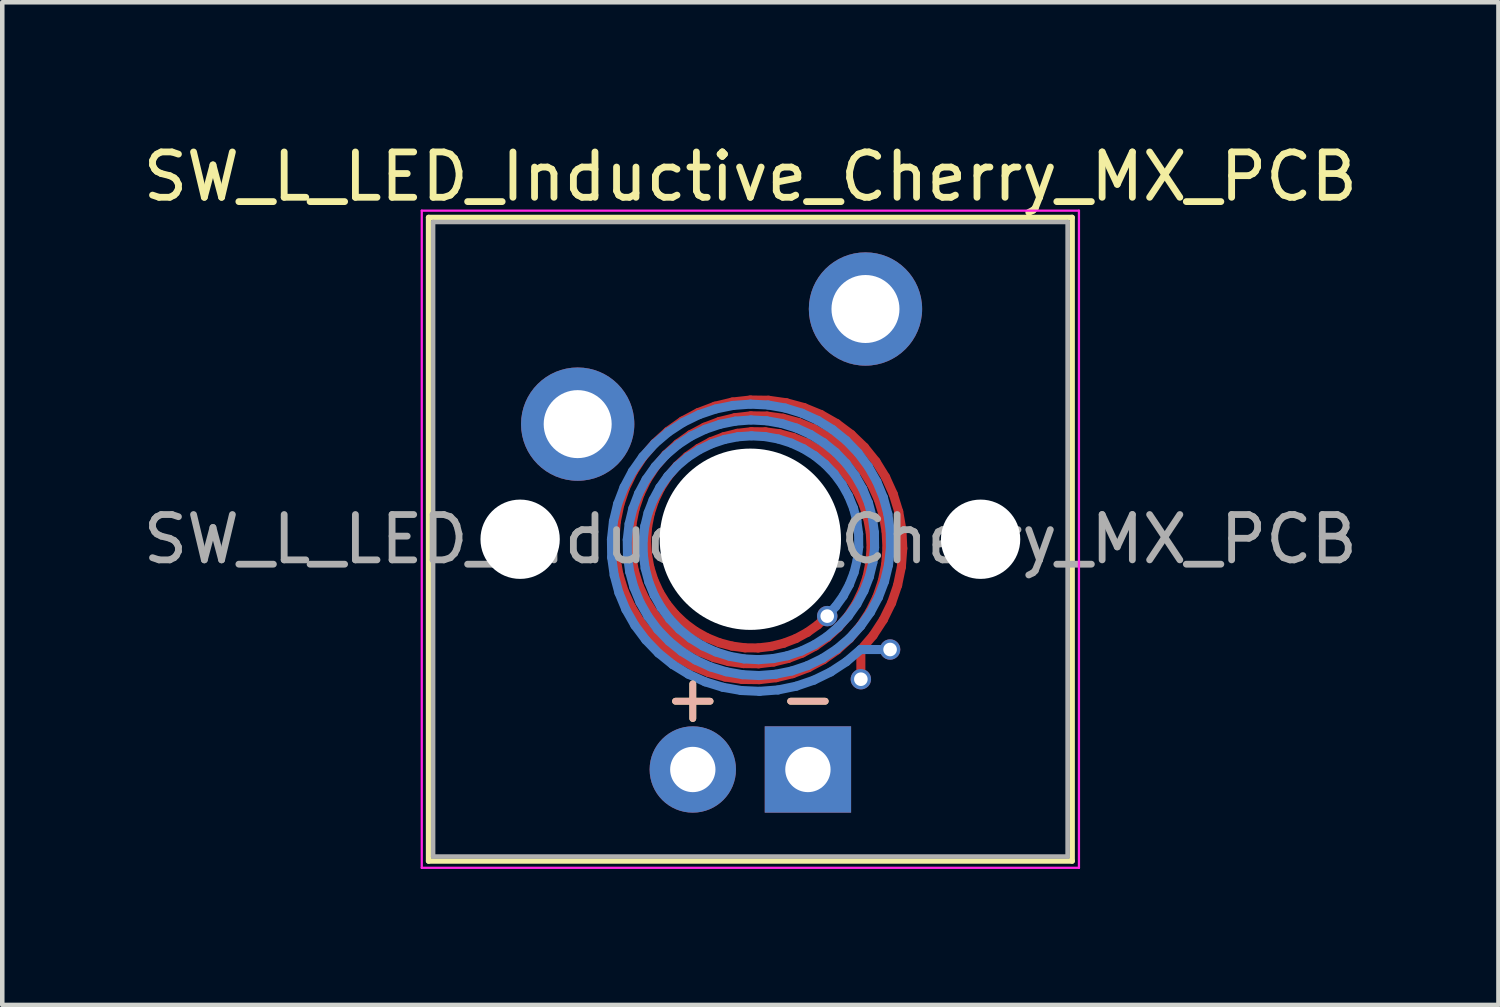
<source format=kicad_pcb>
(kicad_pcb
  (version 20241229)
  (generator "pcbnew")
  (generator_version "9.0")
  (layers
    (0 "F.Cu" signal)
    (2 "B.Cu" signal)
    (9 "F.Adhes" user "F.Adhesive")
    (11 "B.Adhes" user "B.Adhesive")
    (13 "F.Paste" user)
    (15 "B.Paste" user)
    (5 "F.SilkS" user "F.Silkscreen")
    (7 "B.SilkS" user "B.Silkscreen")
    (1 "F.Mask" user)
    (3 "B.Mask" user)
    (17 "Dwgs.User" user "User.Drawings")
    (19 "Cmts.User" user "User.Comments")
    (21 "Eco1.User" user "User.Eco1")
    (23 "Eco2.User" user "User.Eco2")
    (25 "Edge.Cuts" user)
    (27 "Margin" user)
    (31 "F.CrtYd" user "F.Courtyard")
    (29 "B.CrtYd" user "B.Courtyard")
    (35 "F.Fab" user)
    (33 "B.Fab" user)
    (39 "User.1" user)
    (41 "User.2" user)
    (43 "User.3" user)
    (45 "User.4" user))
  (footprint "SW_L_LED_Inductive_Cherry_MX_PCB"
    (layer "F.Cu")
    (at 13.506 8.848)
    (property "Reference" "SW_L_LED_Inductive_Cherry_MX_PCB" (at 0 -8 0) (layer "F.SilkS") (effects (font (size 1 1) (thickness 0.15))))
    (attr through_hole)
    (fp_line (start -2.988 0.003) (end -2.959 -0.384) (stroke (width 0.2) (type solid)) (layer "F.Cu"))
    (fp_line (start -2.969 0.39) (end -2.988 0.003) (stroke (width 0.2) (type solid)) (layer "F.Cu"))
    (fp_line (start -2.959 -0.384) (end -2.881 -0.766) (stroke (width 0.2) (type solid)) (layer "F.Cu"))
    (fp_line (start -2.902 0.771) (end -2.969 0.39) (stroke (width 0.2) (type solid)) (layer "F.Cu"))
    (fp_line (start -2.881 -0.766) (end -2.755 -1.136) (stroke (width 0.2) (type solid)) (layer "F.Cu"))
    (fp_line (start -2.788 1.14) (end -2.902 0.771) (stroke (width 0.2) (type solid)) (layer "F.Cu"))
    (fp_line (start -2.755 -1.136) (end -2.584 -1.487) (stroke (width 0.2) (type solid)) (layer "F.Cu"))
    (fp_line (start -2.639 0.014) (end -2.613 -0.33) (stroke (width 0.2) (type solid)) (layer "F.Cu"))
    (fp_line (start -2.628 1.49) (end -2.788 1.14) (stroke (width 0.2) (type solid)) (layer "F.Cu"))
    (fp_line (start -2.621 0.357) (end -2.639 0.014) (stroke (width 0.2) (type solid)) (layer "F.Cu"))
    (fp_line (start -2.613 -0.33) (end -2.545 -0.668) (stroke (width 0.2) (type solid)) (layer "F.Cu"))
    (fp_line (start -2.584 -1.487) (end -2.369 -1.815) (stroke (width 0.2) (type solid)) (layer "F.Cu"))
    (fp_line (start -2.56 0.695) (end -2.621 0.357) (stroke (width 0.2) (type solid)) (layer "F.Cu"))
    (fp_line (start -2.545 -0.668) (end -2.434 -0.997) (stroke (width 0.2) (type solid)) (layer "F.Cu"))
    (fp_line (start -2.458 1.021) (end -2.56 0.695) (stroke (width 0.2) (type solid)) (layer "F.Cu"))
    (fp_line (start -2.434 -0.997) (end -2.283 -1.309) (stroke (width 0.2) (type solid)) (layer "F.Cu"))
    (fp_line (start -2.427 1.817) (end -2.628 1.49) (stroke (width 0.2) (type solid)) (layer "F.Cu"))
    (fp_line (start -2.369 -1.815) (end -2.115 -2.115) (stroke (width 0.2) (type solid)) (layer "F.Cu"))
    (fp_line (start -2.316 1.331) (end -2.458 1.021) (stroke (width 0.2) (type solid)) (layer "F.Cu"))
    (fp_line (start -2.289 0.025) (end -2.267 -0.275) (stroke (width 0.2) (type solid)) (layer "F.Cu"))
    (fp_line (start -2.283 -1.309) (end -2.093 -1.601) (stroke (width 0.2) (type solid)) (layer "F.Cu"))
    (fp_line (start -2.272 0.324) (end -2.289 0.025) (stroke (width 0.2) (type solid)) (layer "F.Cu"))
    (fp_line (start -2.267 -0.275) (end -2.209 -0.571) (stroke (width 0.2) (type solid)) (layer "F.Cu"))
    (fp_line (start -2.219 0.618) (end -2.272 0.324) (stroke (width 0.2) (type solid)) (layer "F.Cu"))
    (fp_line (start -2.209 -0.571) (end -2.113 -0.858) (stroke (width 0.2) (type solid)) (layer "F.Cu"))
    (fp_line (start -2.186 2.116) (end -2.427 1.817) (stroke (width 0.2) (type solid)) (layer "F.Cu"))
    (fp_line (start -2.137 1.62) (end -2.316 1.331) (stroke (width 0.2) (type solid)) (layer "F.Cu"))
    (fp_line (start -2.129 0.902) (end -2.219 0.618) (stroke (width 0.2) (type solid)) (layer "F.Cu"))
    (fp_line (start -2.115 -2.115) (end -1.824 -2.38) (stroke (width 0.2) (type solid)) (layer "F.Cu"))
    (fp_line (start -2.113 -0.858) (end -1.981 -1.131) (stroke (width 0.2) (type solid)) (layer "F.Cu"))
    (fp_line (start -2.093 -1.601) (end -1.867 -1.867) (stroke (width 0.2) (type solid)) (layer "F.Cu"))
    (fp_line (start -2.005 1.172) (end -2.129 0.902) (stroke (width 0.2) (type solid)) (layer "F.Cu"))
    (fp_line (start -1.981 -1.131) (end -1.816 -1.386) (stroke (width 0.2) (type solid)) (layer "F.Cu"))
    (fp_line (start -1.924 1.884) (end -2.137 1.62) (stroke (width 0.2) (type solid)) (layer "F.Cu"))
    (fp_line (start -1.911 2.381) (end -2.186 2.116) (stroke (width 0.2) (type solid)) (layer "F.Cu"))
    (fp_line (start -1.867 -1.867) (end -1.609 -2.104) (stroke (width 0.2) (type solid)) (layer "F.Cu"))
    (fp_line (start -1.848 1.424) (end -2.005 1.172) (stroke (width 0.2) (type solid)) (layer "F.Cu"))
    (fp_line (start -1.824 -2.38) (end -1.501 -2.608) (stroke (width 0.2) (type solid)) (layer "F.Cu"))
    (fp_line (start -1.816 -1.386) (end -1.62 -1.62) (stroke (width 0.2) (type solid)) (layer "F.Cu"))
    (fp_line (start -1.68 2.119) (end -1.924 1.884) (stroke (width 0.2) (type solid)) (layer "F.Cu"))
    (fp_line (start -1.661 1.653) (end -1.848 1.424) (stroke (width 0.2) (type solid)) (layer "F.Cu"))
    (fp_line (start -1.62 -1.62) (end -1.395 -1.827) (stroke (width 0.2) (type solid)) (layer "F.Cu"))
    (fp_line (start -1.609 -2.104) (end -1.323 -2.307) (stroke (width 0.2) (type solid)) (layer "F.Cu"))
    (fp_line (start -1.605 2.609) (end -1.911 2.381) (stroke (width 0.2) (type solid)) (layer "F.Cu"))
    (fp_line (start -1.501 -2.608) (end -1.152 -2.794) (stroke (width 0.2) (type solid)) (layer "F.Cu"))
    (fp_line (start -1.448 1.856) (end -1.661 1.653) (stroke (width 0.2) (type solid)) (layer "F.Cu"))
    (fp_line (start -1.409 2.32) (end -1.68 2.119) (stroke (width 0.2) (type solid)) (layer "F.Cu"))
    (fp_line (start -1.395 -1.827) (end -1.145 -2.005) (stroke (width 0.2) (type solid)) (layer "F.Cu"))
    (fp_line (start -1.323 -2.307) (end -1.013 -2.472) (stroke (width 0.2) (type solid)) (layer "F.Cu"))
    (fp_line (start -1.274 2.797) (end -1.605 2.609) (stroke (width 0.2) (type solid)) (layer "F.Cu"))
    (fp_line (start -1.212 2.03) (end -1.448 1.856) (stroke (width 0.2) (type solid)) (layer "F.Cu"))
    (fp_line (start -1.152 -2.794) (end -0.782 -2.935) (stroke (width 0.2) (type solid)) (layer "F.Cu"))
    (fp_line (start -1.145 -2.005) (end -0.874 -2.151) (stroke (width 0.2) (type solid)) (layer "F.Cu"))
    (fp_line (start -1.115 2.485) (end -1.409 2.32) (stroke (width 0.2) (type solid)) (layer "F.Cu"))
    (fp_line (start -1.013 -2.472) (end -0.684 -2.598) (stroke (width 0.2) (type solid)) (layer "F.Cu"))
    (fp_line (start -0.956 2.173) (end -1.212 2.03) (stroke (width 0.2) (type solid)) (layer "F.Cu"))
    (fp_line (start -0.923 2.941) (end -1.274 2.797) (stroke (width 0.2) (type solid)) (layer "F.Cu"))
    (fp_line (start -0.874 -2.151) (end -0.586 -2.262) (stroke (width 0.2) (type solid)) (layer "F.Cu"))
    (fp_line (start -0.804 2.612) (end -1.115 2.485) (stroke (width 0.2) (type solid)) (layer "F.Cu"))
    (fp_line (start -0.782 -2.935) (end -0.395 -3.028) (stroke (width 0.2) (type solid)) (layer "F.Cu"))
    (fp_line (start -0.686 2.283) (end -0.956 2.173) (stroke (width 0.2) (type solid)) (layer "F.Cu"))
    (fp_line (start -0.684 -2.598) (end -0.341 -2.682) (stroke (width 0.2) (type solid)) (layer "F.Cu"))
    (fp_line (start -0.586 -2.262) (end -0.286 -2.337) (stroke (width 0.2) (type solid)) (layer "F.Cu"))
    (fp_line (start -0.557 3.04) (end -0.923 2.941) (stroke (width 0.2) (type solid)) (layer "F.Cu"))
    (fp_line (start -0.481 2.699) (end -0.804 2.612) (stroke (width 0.2) (type solid)) (layer "F.Cu"))
    (fp_line (start -0.405 2.357) (end -0.686 2.283) (stroke (width 0.2) (type solid)) (layer "F.Cu"))
    (fp_line (start -0.395 -3.028) (end 0.000302 -3.072) (stroke (width 0.2) (type solid)) (layer "F.Cu"))
    (fp_line (start -0.341 -2.682) (end 0.011 -2.723) (stroke (width 0.2) (type solid)) (layer "F.Cu"))
    (fp_line (start -0.286 -2.337) (end 0.022 -2.373) (stroke (width 0.2) (type solid)) (layer "F.Cu"))
    (fp_line (start -0.183 3.093) (end -0.557 3.04) (stroke (width 0.2) (type solid)) (layer "F.Cu"))
    (fp_line (start -0.15 2.744) (end -0.481 2.699) (stroke (width 0.2) (type solid)) (layer "F.Cu"))
    (fp_line (start -0.117 2.396) (end -0.405 2.357) (stroke (width 0.2) (type solid)) (layer "F.Cu"))
    (fp_line (start 0.000302 -3.072) (end 0.399 -3.067) (stroke (width 0.2) (type solid)) (layer "F.Cu"))
    (fp_line (start 0.011 -2.723) (end 0.366 -2.718) (stroke (width 0.2) (type solid)) (layer "F.Cu"))
    (fp_line (start 0.022 -2.373) (end 0.333 -2.37) (stroke (width 0.2) (type solid)) (layer "F.Cu"))
    (fp_line (start 0.172 2.398) (end -0.117 2.396) (stroke (width 0.2) (type solid)) (layer "F.Cu"))
    (fp_line (start 0.183 2.748) (end -0.15 2.744) (stroke (width 0.2) (type solid)) (layer "F.Cu"))
    (fp_line (start 0.194 3.098) (end -0.183 3.093) (stroke (width 0.2) (type solid)) (layer "F.Cu"))
    (fp_line (start 0.333 -2.37) (end 0.643 -2.328) (stroke (width 0.2) (type solid)) (layer "F.Cu"))
    (fp_line (start 0.366 -2.718) (end 0.719 -2.67) (stroke (width 0.2) (type solid)) (layer "F.Cu"))
    (fp_line (start 0.399 -3.067) (end 0.795 -3.011) (stroke (width 0.2) (type solid)) (layer "F.Cu"))
    (fp_line (start 0.459 2.364) (end 0.172 2.398) (stroke (width 0.2) (type solid)) (layer "F.Cu"))
    (fp_line (start 0.513 2.709) (end 0.183 2.748) (stroke (width 0.2) (type solid)) (layer "F.Cu"))
    (fp_line (start 0.568 3.055) (end 0.194 3.098) (stroke (width 0.2) (type solid)) (layer "F.Cu"))
    (fp_line (start 0.643 -2.328) (end 0.945 -2.247) (stroke (width 0.2) (type solid)) (layer "F.Cu"))
    (fp_line (start 0.719 -2.67) (end 1.064 -2.577) (stroke (width 0.2) (type solid)) (layer "F.Cu"))
    (fp_line (start 0.737 2.294) (end 0.459 2.364) (stroke (width 0.2) (type solid)) (layer "F.Cu"))
    (fp_line (start 0.795 -3.011) (end 1.182 -2.906) (stroke (width 0.2) (type solid)) (layer "F.Cu"))
    (fp_line (start 0.835 2.63) (end 0.513 2.709) (stroke (width 0.2) (type solid)) (layer "F.Cu"))
    (fp_line (start 0.933 2.966) (end 0.568 3.055) (stroke (width 0.2) (type solid)) (layer "F.Cu"))
    (fp_line (start 0.945 -2.247) (end 1.236 -2.129) (stroke (width 0.2) (type solid)) (layer "F.Cu"))
    (fp_line (start 1.005 2.191) (end 0.737 2.294) (stroke (width 0.2) (type solid)) (layer "F.Cu"))
    (fp_line (start 1.064 -2.577) (end 1.395 -2.441) (stroke (width 0.2) (type solid)) (layer "F.Cu"))
    (fp_line (start 1.144 2.512) (end 0.835 2.63) (stroke (width 0.2) (type solid)) (layer "F.Cu"))
    (fp_line (start 1.182 -2.906) (end 1.554 -2.753) (stroke (width 0.2) (type solid)) (layer "F.Cu"))
    (fp_line (start 1.236 -2.129) (end 1.51 -1.975) (stroke (width 0.2) (type solid)) (layer "F.Cu"))
    (fp_line (start 1.256 2.055) (end 1.005 2.191) (stroke (width 0.2) (type solid)) (layer "F.Cu"))
    (fp_line (start 1.283 2.833) (end 0.933 2.966) (stroke (width 0.2) (type solid)) (layer "F.Cu"))
    (fp_line (start 1.395 -2.441) (end 1.707 -2.265) (stroke (width 0.2) (type solid)) (layer "F.Cu"))
    (fp_line (start 1.434 2.356) (end 1.144 2.512) (stroke (width 0.2) (type solid)) (layer "F.Cu"))
    (fp_line (start 1.488 1.889) (end 1.256 2.055) (stroke (width 0.2) (type solid)) (layer "F.Cu"))
    (fp_line (start 1.51 -1.975) (end 1.764 -1.787) (stroke (width 0.2) (type solid)) (layer "F.Cu"))
    (fp_line (start 1.554 -2.753) (end 1.904 -2.554) (stroke (width 0.2) (type solid)) (layer "F.Cu"))
    (fp_line (start 1.612 2.657) (end 1.283 2.833) (stroke (width 0.2) (type solid)) (layer "F.Cu"))
    (fp_line (start 1.696 1.696) (end 1.488 1.889) (stroke (width 0.2) (type solid)) (layer "F.Cu"))
    (fp_line (start 1.702 2.165) (end 1.434 2.356) (stroke (width 0.2) (type solid)) (layer "F.Cu"))
    (fp_line (start 1.707 -2.265) (end 1.995 -2.05) (stroke (width 0.2) (type solid)) (layer "F.Cu"))
    (fp_line (start 1.764 -1.787) (end 1.993 -1.568) (stroke (width 0.2) (type solid)) (layer "F.Cu"))
    (fp_line (start 1.904 -2.554) (end 2.227 -2.312) (stroke (width 0.2) (type solid)) (layer "F.Cu"))
    (fp_line (start 1.917 2.442) (end 1.612 2.657) (stroke (width 0.2) (type solid)) (layer "F.Cu"))
    (fp_line (start 1.943 1.943) (end 1.702 2.165) (stroke (width 0.2) (type solid)) (layer "F.Cu"))
    (fp_line (start 1.993 -1.568) (end 2.193 -1.322) (stroke (width 0.2) (type solid)) (layer "F.Cu"))
    (fp_line (start 1.995 -2.05) (end 2.255 -1.8) (stroke (width 0.2) (type solid)) (layer "F.Cu"))
    (fp_line (start 2.154 1.694) (end 1.943 1.943) (stroke (width 0.2) (type solid)) (layer "F.Cu"))
    (fp_line (start 2.191 2.191) (end 1.917 2.442) (stroke (width 0.2) (type solid)) (layer "F.Cu"))
    (fp_line (start 2.193 -1.322) (end 2.36 -1.052) (stroke (width 0.2) (type solid)) (layer "F.Cu"))
    (fp_line (start 2.227 -2.312) (end 2.518 -2.031) (stroke (width 0.2) (type solid)) (layer "F.Cu"))
    (fp_line (start 2.255 -1.8) (end 2.482 -1.519) (stroke (width 0.2) (type solid)) (layer "F.Cu"))
    (fp_line (start 2.332 1.42) (end 2.154 1.694) (stroke (width 0.2) (type solid)) (layer "F.Cu"))
    (fp_line (start 2.36 -1.052) (end 2.494 -0.762) (stroke (width 0.2) (type solid)) (layer "F.Cu"))
    (fp_line (start 2.431 1.908) (end 2.191 2.191) (stroke (width 0.2) (type solid)) (layer "F.Cu"))
    (fp_line (start 2.438 2.438) (end 2.438 3.088) (stroke (width 0.2) (type solid)) (layer "F.Cu"))
    (fp_line (start 2.473 1.127) (end 2.332 1.42) (stroke (width 0.2) (type solid)) (layer "F.Cu"))
    (fp_line (start 2.482 -1.519) (end 2.672 -1.211) (stroke (width 0.2) (type solid)) (layer "F.Cu"))
    (fp_line (start 2.494 -0.762) (end 2.59 -0.456) (stroke (width 0.2) (type solid)) (layer "F.Cu"))
    (fp_line (start 2.518 -2.031) (end 2.771 -1.716) (stroke (width 0.2) (type solid)) (layer "F.Cu"))
    (fp_line (start 2.577 0.82) (end 2.473 1.127) (stroke (width 0.2) (type solid)) (layer "F.Cu"))
    (fp_line (start 2.59 -0.456) (end 2.647 -0.141) (stroke (width 0.2) (type solid)) (layer "F.Cu"))
    (fp_line (start 2.633 1.598) (end 2.431 1.908) (stroke (width 0.2) (type solid)) (layer "F.Cu"))
    (fp_line (start 2.64 0.502) (end 2.577 0.82) (stroke (width 0.2) (type solid)) (layer "F.Cu"))
    (fp_line (start 2.647 -0.141) (end 2.664 0.181) (stroke (width 0.2) (type solid)) (layer "F.Cu"))
    (fp_line (start 2.664 0.181) (end 2.64 0.502) (stroke (width 0.2) (type solid)) (layer "F.Cu"))
    (fp_line (start 2.672 -1.211) (end 2.823 -0.88) (stroke (width 0.2) (type solid)) (layer "F.Cu"))
    (fp_line (start 2.708 2.123) (end 2.438 2.438) (stroke (width 0.2) (type solid)) (layer "F.Cu"))
    (fp_line (start 2.771 -1.716) (end 2.984 -1.37) (stroke (width 0.2) (type solid)) (layer "F.Cu"))
    (fp_line (start 2.795 1.266) (end 2.633 1.598) (stroke (width 0.2) (type solid)) (layer "F.Cu"))
    (fp_line (start 2.823 -0.88) (end 2.931 -0.533) (stroke (width 0.2) (type solid)) (layer "F.Cu"))
    (fp_line (start 2.913 0.917) (end 2.795 1.266) (stroke (width 0.2) (type solid)) (layer "F.Cu"))
    (fp_line (start 2.931 -0.533) (end 2.995 -0.174) (stroke (width 0.2) (type solid)) (layer "F.Cu"))
    (fp_line (start 2.934 1.776) (end 2.708 2.123) (stroke (width 0.2) (type solid)) (layer "F.Cu"))
    (fp_line (start 2.984 -1.37) (end 3.152 -0.999) (stroke (width 0.2) (type solid)) (layer "F.Cu"))
    (fp_line (start 2.986 0.557) (end 2.913 0.917) (stroke (width 0.2) (type solid)) (layer "F.Cu"))
    (fp_line (start 2.995 -0.174) (end 3.014 0.192) (stroke (width 0.2) (type solid)) (layer "F.Cu"))
    (fp_line (start 3.014 0.192) (end 2.986 0.557) (stroke (width 0.2) (type solid)) (layer "F.Cu"))
    (fp_line (start 3.116 1.405) (end 2.934 1.776) (stroke (width 0.2) (type solid)) (layer "F.Cu"))
    (fp_line (start 3.152 -0.999) (end 3.273 -0.609) (stroke (width 0.2) (type solid)) (layer "F.Cu"))
    (fp_line (start 3.249 1.015) (end 3.116 1.405) (stroke (width 0.2) (type solid)) (layer "F.Cu"))
    (fp_line (start 3.273 -0.609) (end 3.344 -0.207) (stroke (width 0.2) (type solid)) (layer "F.Cu"))
    (fp_line (start 3.332 0.612) (end 3.249 1.015) (stroke (width 0.2) (type solid)) (layer "F.Cu"))
    (fp_line (start 3.344 -0.207) (end 3.363 0.203) (stroke (width 0.2) (type solid)) (layer "F.Cu"))
    (fp_line (start 3.363 0.203) (end 3.332 0.612) (stroke (width 0.2) (type solid)) (layer "F.Cu"))
    (fp_line (start -3.065 0.001) (end -3.021 -0.394) (stroke (width 0.2) (type solid)) (layer "B.Cu"))
    (fp_line (start -3.06 0.399) (end -3.065 0.001) (stroke (width 0.2) (type solid)) (layer "B.Cu"))
    (fp_line (start -3.021 -0.394) (end -2.928 -0.78) (stroke (width 0.2) (type solid)) (layer "B.Cu"))
    (fp_line (start -3.004 0.794) (end -3.06 0.399) (stroke (width 0.2) (type solid)) (layer "B.Cu"))
    (fp_line (start -2.928 -0.78) (end -2.787 -1.149) (stroke (width 0.2) (type solid)) (layer "B.Cu"))
    (fp_line (start -2.9 1.18) (end -3.004 0.794) (stroke (width 0.2) (type solid)) (layer "B.Cu"))
    (fp_line (start -2.787 -1.149) (end -2.602 -1.498) (stroke (width 0.2) (type solid)) (layer "B.Cu"))
    (fp_line (start -2.747 1.55) (end -2.9 1.18) (stroke (width 0.2) (type solid)) (layer "B.Cu"))
    (fp_line (start -2.716 0.012) (end -2.675 -0.34) (stroke (width 0.2) (type solid)) (layer "B.Cu"))
    (fp_line (start -2.711 0.366) (end -2.716 0.012) (stroke (width 0.2) (type solid)) (layer "B.Cu"))
    (fp_line (start -2.675 -0.34) (end -2.592 -0.682) (stroke (width 0.2) (type solid)) (layer "B.Cu"))
    (fp_line (start -2.663 0.718) (end -2.711 0.366) (stroke (width 0.2) (type solid)) (layer "B.Cu"))
    (fp_line (start -2.602 -1.498) (end -2.375 -1.82) (stroke (width 0.2) (type solid)) (layer "B.Cu"))
    (fp_line (start -2.592 -0.682) (end -2.466 -1.01) (stroke (width 0.2) (type solid)) (layer "B.Cu"))
    (fp_line (start -2.57 1.061) (end -2.663 0.718) (stroke (width 0.2) (type solid)) (layer "B.Cu"))
    (fp_line (start -2.548 1.9) (end -2.747 1.55) (stroke (width 0.2) (type solid)) (layer "B.Cu"))
    (fp_line (start -2.466 -1.01) (end -2.301 -1.32) (stroke (width 0.2) (type solid)) (layer "B.Cu"))
    (fp_line (start -2.435 1.392) (end -2.57 1.061) (stroke (width 0.2) (type solid)) (layer "B.Cu"))
    (fp_line (start -2.375 -1.82) (end -2.11 -2.11) (stroke (width 0.2) (type solid)) (layer "B.Cu"))
    (fp_line (start -2.366 0.023) (end -2.33 -0.285) (stroke (width 0.2) (type solid)) (layer "B.Cu"))
    (fp_line (start -2.363 0.333) (end -2.366 0.023) (stroke (width 0.2) (type solid)) (layer "B.Cu"))
    (fp_line (start -2.33 -0.285) (end -2.256 -0.584) (stroke (width 0.2) (type solid)) (layer "B.Cu"))
    (fp_line (start -2.321 0.641) (end -2.363 0.333) (stroke (width 0.2) (type solid)) (layer "B.Cu"))
    (fp_line (start -2.307 2.222) (end -2.548 1.9) (stroke (width 0.2) (type solid)) (layer "B.Cu"))
    (fp_line (start -2.301 -1.32) (end -2.098 -1.605) (stroke (width 0.2) (type solid)) (layer "B.Cu"))
    (fp_line (start -2.259 1.703) (end -2.435 1.392) (stroke (width 0.2) (type solid)) (layer "B.Cu"))
    (fp_line (start -2.256 -0.584) (end -2.145 -0.871) (stroke (width 0.2) (type solid)) (layer "B.Cu"))
    (fp_line (start -2.241 0.943) (end -2.321 0.641) (stroke (width 0.2) (type solid)) (layer "B.Cu"))
    (fp_line (start -2.145 -0.871) (end -1.999 -1.142) (stroke (width 0.2) (type solid)) (layer "B.Cu"))
    (fp_line (start -2.123 1.233) (end -2.241 0.943) (stroke (width 0.2) (type solid)) (layer "B.Cu"))
    (fp_line (start -2.11 -2.11) (end -1.811 -2.364) (stroke (width 0.2) (type solid)) (layer "B.Cu"))
    (fp_line (start -2.098 -1.605) (end -1.862 -1.862) (stroke (width 0.2) (type solid)) (layer "B.Cu"))
    (fp_line (start -2.045 1.991) (end -2.259 1.703) (stroke (width 0.2) (type solid)) (layer "B.Cu"))
    (fp_line (start -2.027 2.512) (end -2.307 2.222) (stroke (width 0.2) (type solid)) (layer "B.Cu"))
    (fp_line (start -1.999 -1.142) (end -1.822 -1.391) (stroke (width 0.2) (type solid)) (layer "B.Cu"))
    (fp_line (start -1.969 1.506) (end -2.123 1.233) (stroke (width 0.2) (type solid)) (layer "B.Cu"))
    (fp_line (start -1.862 -1.862) (end -1.597 -2.087) (stroke (width 0.2) (type solid)) (layer "B.Cu"))
    (fp_line (start -1.822 -1.391) (end -1.615 -1.615) (stroke (width 0.2) (type solid)) (layer "B.Cu"))
    (fp_line (start -1.811 -2.364) (end -1.484 -2.578) (stroke (width 0.2) (type solid)) (layer "B.Cu"))
    (fp_line (start -1.795 2.25) (end -2.045 1.991) (stroke (width 0.2) (type solid)) (layer "B.Cu"))
    (fp_line (start -1.782 1.759) (end -1.969 1.506) (stroke (width 0.2) (type solid)) (layer "B.Cu"))
    (fp_line (start -1.712 2.766) (end -2.027 2.512) (stroke (width 0.2) (type solid)) (layer "B.Cu"))
    (fp_line (start -1.615 -1.615) (end -1.382 -1.811) (stroke (width 0.2) (type solid)) (layer "B.Cu"))
    (fp_line (start -1.597 -2.087) (end -1.305 -2.277) (stroke (width 0.2) (type solid)) (layer "B.Cu"))
    (fp_line (start -1.564 1.987) (end -1.782 1.759) (stroke (width 0.2) (type solid)) (layer "B.Cu"))
    (fp_line (start -1.515 2.476) (end -1.795 2.25) (stroke (width 0.2) (type solid)) (layer "B.Cu"))
    (fp_line (start -1.484 -2.578) (end -1.133 -2.749) (stroke (width 0.2) (type solid)) (layer "B.Cu"))
    (fp_line (start -1.382 -1.811) (end -1.127 -1.975) (stroke (width 0.2) (type solid)) (layer "B.Cu"))
    (fp_line (start -1.366 2.978) (end -1.712 2.766) (stroke (width 0.2) (type solid)) (layer "B.Cu"))
    (fp_line (start -1.318 2.187) (end -1.564 1.987) (stroke (width 0.2) (type solid)) (layer "B.Cu"))
    (fp_line (start -1.305 -2.277) (end -0.994 -2.427) (stroke (width 0.2) (type solid)) (layer "B.Cu"))
    (fp_line (start -1.207 2.666) (end -1.515 2.476) (stroke (width 0.2) (type solid)) (layer "B.Cu"))
    (fp_line (start -1.133 -2.749) (end -0.764 -2.874) (stroke (width 0.2) (type solid)) (layer "B.Cu"))
    (fp_line (start -1.127 -1.975) (end -0.855 -2.106) (stroke (width 0.2) (type solid)) (layer "B.Cu"))
    (fp_line (start -1.049 2.354) (end -1.318 2.187) (stroke (width 0.2) (type solid)) (layer "B.Cu"))
    (fp_line (start -0.996 3.146) (end -1.366 2.978) (stroke (width 0.2) (type solid)) (layer "B.Cu"))
    (fp_line (start -0.994 -2.427) (end -0.666 -2.538) (stroke (width 0.2) (type solid)) (layer "B.Cu"))
    (fp_line (start -0.878 2.816) (end -1.207 2.666) (stroke (width 0.2) (type solid)) (layer "B.Cu"))
    (fp_line (start -0.855 -2.106) (end -0.569 -2.202) (stroke (width 0.2) (type solid)) (layer "B.Cu"))
    (fp_line (start -0.764 -2.874) (end -0.383 -2.952) (stroke (width 0.2) (type solid)) (layer "B.Cu"))
    (fp_line (start -0.759 2.487) (end -1.049 2.354) (stroke (width 0.2) (type solid)) (layer "B.Cu"))
    (fp_line (start -0.666 -2.538) (end -0.329 -2.606) (stroke (width 0.2) (type solid)) (layer "B.Cu"))
    (fp_line (start -0.608 3.266) (end -0.996 3.146) (stroke (width 0.2) (type solid)) (layer "B.Cu"))
    (fp_line (start -0.569 -2.202) (end -0.274 -2.261) (stroke (width 0.2) (type solid)) (layer "B.Cu"))
    (fp_line (start -0.531 2.924) (end -0.878 2.816) (stroke (width 0.2) (type solid)) (layer "B.Cu"))
    (fp_line (start -0.455 2.583) (end -0.759 2.487) (stroke (width 0.2) (type solid)) (layer "B.Cu"))
    (fp_line (start -0.383 -2.952) (end 0.003 -2.981) (stroke (width 0.2) (type solid)) (layer "B.Cu"))
    (fp_line (start -0.329 -2.606) (end 0.014 -2.632) (stroke (width 0.2) (type solid)) (layer "B.Cu"))
    (fp_line (start -0.274 -2.261) (end 0.025 -2.282) (stroke (width 0.2) (type solid)) (layer "B.Cu"))
    (fp_line (start -0.206 3.337) (end -0.608 3.266) (stroke (width 0.2) (type solid)) (layer "B.Cu"))
    (fp_line (start -0.173 2.988) (end -0.531 2.924) (stroke (width 0.2) (type solid)) (layer "B.Cu"))
    (fp_line (start -0.14 2.64) (end -0.455 2.583) (stroke (width 0.2) (type solid)) (layer "B.Cu"))
    (fp_line (start 0.003 -2.981) (end 0.389 -2.962) (stroke (width 0.2) (type solid)) (layer "B.Cu"))
    (fp_line (start 0.014 -2.632) (end 0.357 -2.614) (stroke (width 0.2) (type solid)) (layer "B.Cu"))
    (fp_line (start 0.025 -2.282) (end 0.324 -2.265) (stroke (width 0.2) (type solid)) (layer "B.Cu"))
    (fp_line (start 0.18 2.657) (end -0.14 2.64) (stroke (width 0.2) (type solid)) (layer "B.Cu"))
    (fp_line (start 0.191 3.007) (end -0.173 2.988) (stroke (width 0.2) (type solid)) (layer "B.Cu"))
    (fp_line (start 0.202 3.356) (end -0.206 3.337) (stroke (width 0.2) (type solid)) (layer "B.Cu"))
    (fp_line (start 0.324 -2.265) (end 0.617 -2.212) (stroke (width 0.2) (type solid)) (layer "B.Cu"))
    (fp_line (start 0.357 -2.614) (end 0.693 -2.554) (stroke (width 0.2) (type solid)) (layer "B.Cu"))
    (fp_line (start 0.389 -2.962) (end 0.769 -2.895) (stroke (width 0.2) (type solid)) (layer "B.Cu"))
    (fp_line (start 0.501 2.633) (end 0.18 2.657) (stroke (width 0.2) (type solid)) (layer "B.Cu"))
    (fp_line (start 0.556 2.979) (end 0.191 3.007) (stroke (width 0.2) (type solid)) (layer "B.Cu"))
    (fp_line (start 0.611 3.325) (end 0.202 3.356) (stroke (width 0.2) (type solid)) (layer "B.Cu"))
    (fp_line (start 0.617 -2.212) (end 0.9 -2.122) (stroke (width 0.2) (type solid)) (layer "B.Cu"))
    (fp_line (start 0.693 -2.554) (end 1.019 -2.452) (stroke (width 0.2) (type solid)) (layer "B.Cu"))
    (fp_line (start 0.769 -2.895) (end 1.137 -2.781) (stroke (width 0.2) (type solid)) (layer "B.Cu"))
    (fp_line (start 0.818 2.57) (end 0.501 2.633) (stroke (width 0.2) (type solid)) (layer "B.Cu"))
    (fp_line (start 0.9 -2.122) (end 1.169 -1.998) (stroke (width 0.2) (type solid)) (layer "B.Cu"))
    (fp_line (start 0.915 2.906) (end 0.556 2.979) (stroke (width 0.2) (type solid)) (layer "B.Cu"))
    (fp_line (start 1.013 3.242) (end 0.611 3.325) (stroke (width 0.2) (type solid)) (layer "B.Cu"))
    (fp_line (start 1.019 -2.452) (end 1.328 -2.31) (stroke (width 0.2) (type solid)) (layer "B.Cu"))
    (fp_line (start 1.124 2.467) (end 0.818 2.57) (stroke (width 0.2) (type solid)) (layer "B.Cu"))
    (fp_line (start 1.137 -2.781) (end 1.487 -2.622) (stroke (width 0.2) (type solid)) (layer "B.Cu"))
    (fp_line (start 1.169 -1.998) (end 1.42 -1.842) (stroke (width 0.2) (type solid)) (layer "B.Cu"))
    (fp_line (start 1.263 2.788) (end 0.915 2.906) (stroke (width 0.2) (type solid)) (layer "B.Cu"))
    (fp_line (start 1.328 -2.31) (end 1.617 -2.131) (stroke (width 0.2) (type solid)) (layer "B.Cu"))
    (fp_line (start 1.402 3.109) (end 1.013 3.242) (stroke (width 0.2) (type solid)) (layer "B.Cu"))
    (fp_line (start 1.416 2.326) (end 1.124 2.467) (stroke (width 0.2) (type solid)) (layer "B.Cu"))
    (fp_line (start 1.42 -1.842) (end 1.648 -1.656) (stroke (width 0.2) (type solid)) (layer "B.Cu"))
    (fp_line (start 1.487 -2.622) (end 1.813 -2.421) (stroke (width 0.2) (type solid)) (layer "B.Cu"))
    (fp_line (start 1.595 2.627) (end 1.263 2.788) (stroke (width 0.2) (type solid)) (layer "B.Cu"))
    (fp_line (start 1.617 -2.131) (end 1.88 -1.919) (stroke (width 0.2) (type solid)) (layer "B.Cu"))
    (fp_line (start 1.648 -1.656) (end 1.851 -1.444) (stroke (width 0.2) (type solid)) (layer "B.Cu"))
    (fp_line (start 1.689 2.149) (end 1.416 2.326) (stroke (width 0.2) (type solid)) (layer "B.Cu"))
    (fp_line (start 1.773 2.928) (end 1.402 3.109) (stroke (width 0.2) (type solid)) (layer "B.Cu"))
    (fp_line (start 1.813 -2.421) (end 2.111 -2.181) (stroke (width 0.2) (type solid)) (layer "B.Cu"))
    (fp_line (start 1.851 -1.444) (end 2.025 -1.208) (stroke (width 0.2) (type solid)) (layer "B.Cu"))
    (fp_line (start 1.88 -1.919) (end 2.113 -1.675) (stroke (width 0.2) (type solid)) (layer "B.Cu"))
    (fp_line (start 1.883 1.483) (end 1.691 1.691) (stroke (width 0.2) (type solid)) (layer "B.Cu"))
    (fp_line (start 1.904 2.425) (end 1.595 2.627) (stroke (width 0.2) (type solid)) (layer "B.Cu"))
    (fp_line (start 1.938 1.938) (end 1.689 2.149) (stroke (width 0.2) (type solid)) (layer "B.Cu"))
    (fp_line (start 2.025 -1.208) (end 2.167 -0.953) (stroke (width 0.2) (type solid)) (layer "B.Cu"))
    (fp_line (start 2.049 1.252) (end 1.883 1.483) (stroke (width 0.2) (type solid)) (layer "B.Cu"))
    (fp_line (start 2.111 -2.181) (end 2.376 -1.906) (stroke (width 0.2) (type solid)) (layer "B.Cu"))
    (fp_line (start 2.113 -1.675) (end 2.314 -1.405) (stroke (width 0.2) (type solid)) (layer "B.Cu"))
    (fp_line (start 2.118 2.702) (end 1.773 2.928) (stroke (width 0.2) (type solid)) (layer "B.Cu"))
    (fp_line (start 2.16 1.698) (end 1.938 1.938) (stroke (width 0.2) (type solid)) (layer "B.Cu"))
    (fp_line (start 2.167 -0.953) (end 2.276 -0.684) (stroke (width 0.2) (type solid)) (layer "B.Cu"))
    (fp_line (start 2.184 1.002) (end 2.049 1.252) (stroke (width 0.2) (type solid)) (layer "B.Cu"))
    (fp_line (start 2.186 2.186) (end 1.904 2.425) (stroke (width 0.2) (type solid)) (layer "B.Cu"))
    (fp_line (start 2.276 -0.684) (end 2.35 -0.403) (stroke (width 0.2) (type solid)) (layer "B.Cu"))
    (fp_line (start 2.288 0.736) (end 2.184 1.002) (stroke (width 0.2) (type solid)) (layer "B.Cu"))
    (fp_line (start 2.314 -1.405) (end 2.479 -1.112) (stroke (width 0.2) (type solid)) (layer "B.Cu"))
    (fp_line (start 2.35 1.431) (end 2.16 1.698) (stroke (width 0.2) (type solid)) (layer "B.Cu"))
    (fp_line (start 2.35 -0.403) (end 2.389 -0.116) (stroke (width 0.2) (type solid)) (layer "B.Cu"))
    (fp_line (start 2.357 0.457) (end 2.288 0.736) (stroke (width 0.2) (type solid)) (layer "B.Cu"))
    (fp_line (start 2.376 -1.906) (end 2.604 -1.601) (stroke (width 0.2) (type solid)) (layer "B.Cu"))
    (fp_line (start 2.389 -0.116) (end 2.391 0.172) (stroke (width 0.2) (type solid)) (layer "B.Cu"))
    (fp_line (start 2.391 0.172) (end 2.357 0.457) (stroke (width 0.2) (type solid)) (layer "B.Cu"))
    (fp_line (start 2.433 2.433) (end 2.118 2.702) (stroke (width 0.2) (type solid)) (layer "B.Cu"))
    (fp_line (start 2.436 1.912) (end 2.186 2.186) (stroke (width 0.2) (type solid)) (layer "B.Cu"))
    (fp_line (start 2.479 -1.112) (end 2.606 -0.802) (stroke (width 0.2) (type solid)) (layer "B.Cu"))
    (fp_line (start 2.505 1.141) (end 2.35 1.431) (stroke (width 0.2) (type solid)) (layer "B.Cu"))
    (fp_line (start 2.604 -1.601) (end 2.791 -1.271) (stroke (width 0.2) (type solid)) (layer "B.Cu"))
    (fp_line (start 2.606 -0.802) (end 2.692 -0.479) (stroke (width 0.2) (type solid)) (layer "B.Cu"))
    (fp_line (start 2.624 0.833) (end 2.505 1.141) (stroke (width 0.2) (type solid)) (layer "B.Cu"))
    (fp_line (start 2.651 1.609) (end 2.436 1.912) (stroke (width 0.2) (type solid)) (layer "B.Cu"))
    (fp_line (start 2.692 -0.479) (end 2.737 -0.149) (stroke (width 0.2) (type solid)) (layer "B.Cu"))
    (fp_line (start 2.703 0.512) (end 2.624 0.833) (stroke (width 0.2) (type solid)) (layer "B.Cu"))
    (fp_line (start 2.737 -0.149) (end 2.741 0.183) (stroke (width 0.2) (type solid)) (layer "B.Cu"))
    (fp_line (start 2.741 0.183) (end 2.703 0.512) (stroke (width 0.2) (type solid)) (layer "B.Cu"))
    (fp_line (start 2.791 -1.271) (end 2.935 -0.921) (stroke (width 0.2) (type solid)) (layer "B.Cu"))
    (fp_line (start 2.827 1.28) (end 2.651 1.609) (stroke (width 0.2) (type solid)) (layer "B.Cu"))
    (fp_line (start 2.935 -0.921) (end 3.034 -0.556) (stroke (width 0.2) (type solid)) (layer "B.Cu"))
    (fp_line (start 2.96 0.931) (end 2.827 1.28) (stroke (width 0.2) (type solid)) (layer "B.Cu"))
    (fp_line (start 3.034 -0.556) (end 3.086 -0.182) (stroke (width 0.2) (type solid)) (layer "B.Cu"))
    (fp_line (start 3.048 0.567) (end 2.96 0.931) (stroke (width 0.2) (type solid)) (layer "B.Cu"))
    (fp_line (start 3.083 2.433) (end 2.433 2.433) (stroke (width 0.2) (type solid)) (layer "B.Cu"))
    (fp_line (start 3.086 -0.182) (end 3.091 0.194) (stroke (width 0.2) (type solid)) (layer "B.Cu"))
    (fp_line (start 3.091 0.194) (end 3.048 0.567) (stroke (width 0.2) (type solid)) (layer "B.Cu"))
    (fp_line (start -7.1 -7.1) (end -7.1 7.1) (stroke (width 0.12) (type solid)) (layer "F.SilkS"))
    (fp_line (start -7.1 7.1) (end 7.1 7.1) (stroke (width 0.12) (type solid)) (layer "F.SilkS"))
    (fp_line (start 7.1 -7.1) (end -7.1 -7.1) (stroke (width 0.12) (type solid)) (layer "F.SilkS"))
    (fp_line (start 7.1 7.1) (end 7.1 -7.1) (stroke (width 0.12) (type solid)) (layer "F.SilkS"))
    (fp_line (start -7.25 -7.25) (end -7.25 7.25) (stroke (width 0.05) (type solid)) (layer "F.CrtYd"))
    (fp_line (start -7.25 7.25) (end 7.25 7.25) (stroke (width 0.05) (type solid)) (layer "F.CrtYd"))
    (fp_line (start 7.25 -7.25) (end -7.25 -7.25) (stroke (width 0.05) (type solid)) (layer "F.CrtYd"))
    (fp_line (start 7.25 7.25) (end 7.25 -7.25) (stroke (width 0.05) (type solid)) (layer "F.CrtYd"))
    (fp_line (start -7 -7) (end -7 7) (stroke (width 0.1) (type solid)) (layer "F.Fab"))
    (fp_line (start -7 7) (end 7 7) (stroke (width 0.1) (type solid)) (layer "F.Fab"))
    (fp_line (start 7 -7) (end -7 -7) (stroke (width 0.1) (type solid)) (layer "F.Fab"))
    (fp_line (start 7 7) (end 7 -7) (stroke (width 0.1) (type solid)) (layer "F.Fab"))
    (fp_text user "+" (at -1.27 3.5 0) (layer "F.SilkS") (effects (font (size 1 1) (thickness 0.15))))
    (fp_text user "-" (at 1.27 3.5 0) (layer "F.SilkS") (effects (font (size 1 1) (thickness 0.15))))
    (fp_text user "-" (at 1.27 3.5 0) (layer "B.SilkS") (effects (font (size 1 1) (thickness 0.15))))
    (fp_text user "+" (at -1.27 3.5 0) (layer "B.SilkS") (effects (font (size 1 1) (thickness 0.15))))
    (fp_text user "${REFERENCE}" (at 0 0 0) (layer "F.Fab") (effects (font (size 1 1) (thickness 0.15))))
    (pad "" np_thru_hole circle (at -5.08 0) (size 1.75 1.75) (drill 1.75) (layers "*.Cu" "*.Mask"))
    (pad "" np_thru_hole circle (at 0 0) (size 4 4) (drill 4) (layers "*.Cu" "*.Mask"))
    (pad "" thru_hole circle (at 1.696 1.696) (size 0.45 0.45) (drill 0.3) (layers "*.Cu"))
    (pad "" np_thru_hole circle (at 5.08 0) (size 1.75 1.75) (drill 1.75) (layers "*.Cu" "*.Mask"))
    (pad "1" thru_hole circle (at -3.81 -2.54) (size 2.5 2.5) (drill 1.5) (layers "*.Cu" "B.Mask"))
    (pad "2" thru_hole circle (at 2.54 -5.08) (size 2.5 2.5) (drill 1.5) (layers "*.Cu" "B.Mask"))
    (pad "3" thru_hole circle (at 2.438 3.088) (size 0.45 0.45) (drill 0.3) (layers "*.Cu"))
    (pad "4" thru_hole circle (at 3.083 2.433) (size 0.45 0.45) (drill 0.3) (layers "*.Cu"))
    (pad "5" thru_hole rect (at 1.27 5.08) (size 1.905 1.905) (drill 1) (layers "*.Cu" "B.Mask"))
    (pad "6" thru_hole circle (at -1.27 5.08) (size 1.905 1.905) (drill 1) (layers "*.Cu" "B.Mask")))
  (gr_rect
    (start -3 -3)
    (end 30.012 19.123)
    (stroke (width 0.1) (type default))
    (fill no)
    (layer "Edge.Cuts")))
</source>
